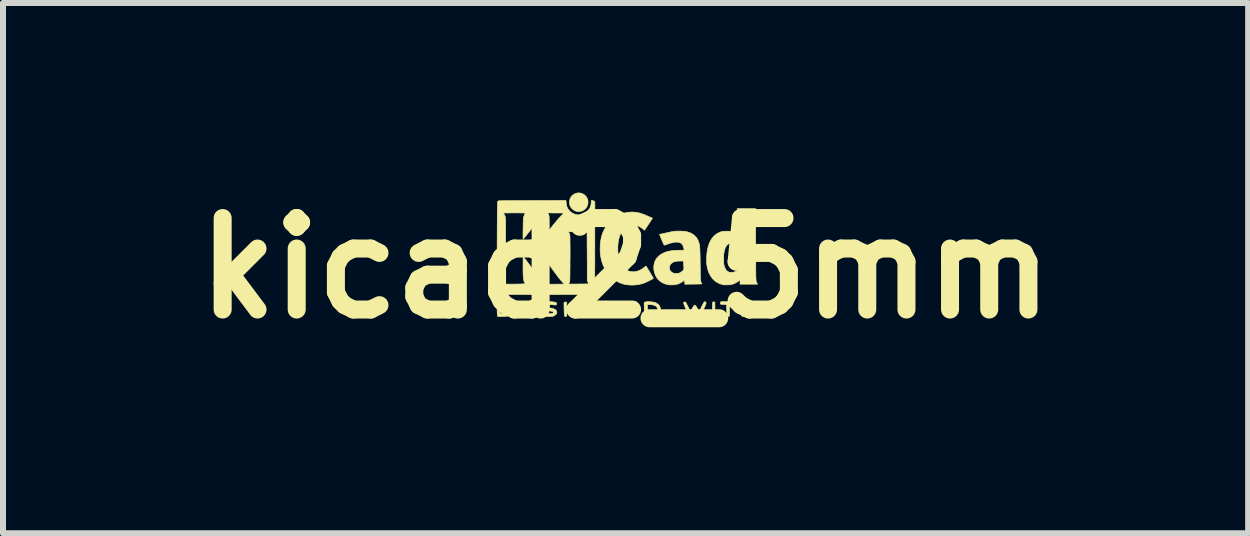
<source format=kicad_pcb>
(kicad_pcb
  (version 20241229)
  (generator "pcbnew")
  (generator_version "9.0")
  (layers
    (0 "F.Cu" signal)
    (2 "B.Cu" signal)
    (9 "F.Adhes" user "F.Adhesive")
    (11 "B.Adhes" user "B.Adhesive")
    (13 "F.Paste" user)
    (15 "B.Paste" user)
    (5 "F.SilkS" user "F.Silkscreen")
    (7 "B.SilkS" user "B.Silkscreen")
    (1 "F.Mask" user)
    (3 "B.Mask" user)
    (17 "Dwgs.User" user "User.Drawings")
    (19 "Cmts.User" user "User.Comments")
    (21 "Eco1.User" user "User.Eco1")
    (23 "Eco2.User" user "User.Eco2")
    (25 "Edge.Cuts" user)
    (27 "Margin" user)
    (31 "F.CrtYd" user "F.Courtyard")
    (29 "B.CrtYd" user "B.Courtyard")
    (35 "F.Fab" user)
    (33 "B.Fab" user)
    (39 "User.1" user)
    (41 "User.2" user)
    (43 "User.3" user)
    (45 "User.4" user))
  (footprint "kicad2_5mm"
    (layer "F.Cu")
    (at 7.373 1.418)
    (property "Reference" "kicad2_5mm" (at 0 0 0) (layer "F.SilkS") (effects (font (size 1.524 1.524) (thickness 0.3))))
    (attr through_hole)
    (fp_poly (pts (xy 1.476 0.561) (xy 1.481 0.564) (xy 1.489 0.569) (xy 1.489 0.8) (xy 1.48 0.804) (xy 1.473 0.807) (xy 1.467 0.807) (xy 1.461 0.804) (xy 1.453 0.801) (xy 1.449 0.799) (xy 1.448 0.799) (xy 1.448 0.795) (xy 1.448 0.786) (xy 1.448 0.772) (xy 1.448 0.754) (xy 1.448 0.733) (xy 1.448 0.709) (xy 1.448 0.684) (xy 1.448 0.654) (xy 1.448 0.63) (xy 1.448 0.61) (xy 1.449 0.596) (xy 1.449 0.585) (xy 1.45 0.577) (xy 1.451 0.572) (xy 1.452 0.569) (xy 1.453 0.567) (xy 1.453 0.566) (xy 1.465 0.561) (xy 1.476 0.561)) (stroke (width 0.01) (type solid)) (fill yes) (layer "F.SilkS"))
    (fp_poly (pts (xy -0.987 0.564) (xy -0.981 0.569) (xy -0.98 0.573) (xy -0.979 0.578) (xy -0.979 0.588) (xy -0.979 0.603) (xy -0.978 0.622) (xy -0.978 0.644) (xy -0.978 0.669) (xy -0.977 0.685) (xy -0.977 0.714) (xy -0.977 0.738) (xy -0.978 0.756) (xy -0.978 0.77) (xy -0.978 0.781) (xy -0.979 0.788) (xy -0.98 0.793) (xy -0.981 0.797) (xy -0.982 0.798) (xy -0.99 0.806) (xy -1 0.807) (xy -1.005 0.806) (xy -1.009 0.804) (xy -1.012 0.801) (xy -1.015 0.798) (xy -1.017 0.792) (xy -1.019 0.784) (xy -1.02 0.773) (xy -1.021 0.758) (xy -1.022 0.739) (xy -1.023 0.715) (xy -1.023 0.685) (xy -1.024 0.683) (xy -1.026 0.577) (xy -1.019 0.571) (xy -1.008 0.565) (xy -0.997 0.562) (xy -0.987 0.564)) (stroke (width 0.01) (type solid)) (fill yes) (layer "F.SilkS"))
    (fp_poly (pts (xy -0.748 -1.251) (xy -0.721 -1.242) (xy -0.695 -1.228) (xy -0.675 -1.213) (xy -0.654 -1.19) (xy -0.639 -1.164) (xy -0.629 -1.136) (xy -0.625 -1.106) (xy -0.625 -1.099) (xy -0.628 -1.067) (xy -0.637 -1.038) (xy -0.651 -1.012) (xy -0.67 -0.989) (xy -0.693 -0.969) (xy -0.721 -0.955) (xy -0.74 -0.948) (xy -0.757 -0.945) (xy -0.777 -0.943) (xy -0.798 -0.944) (xy -0.816 -0.947) (xy -0.82 -0.948) (xy -0.849 -0.959) (xy -0.874 -0.975) (xy -0.895 -0.995) (xy -0.913 -1.018) (xy -0.926 -1.044) (xy -0.933 -1.073) (xy -0.936 -1.102) (xy -0.934 -1.121) (xy -0.926 -1.151) (xy -0.914 -1.177) (xy -0.898 -1.2) (xy -0.878 -1.219) (xy -0.855 -1.234) (xy -0.83 -1.245) (xy -0.803 -1.252) (xy -0.776 -1.254) (xy -0.748 -1.251)) (stroke (width 0.01) (type solid)) (fill yes) (layer "F.SilkS"))
    (fp_poly (pts (xy 1.838 0.566) (xy 1.843 0.575) (xy 1.845 0.586) (xy 1.842 0.596) (xy 1.842 0.596) (xy 1.836 0.6) (xy 1.825 0.603) (xy 1.808 0.605) (xy 1.785 0.606) (xy 1.772 0.606) (xy 1.734 0.606) (xy 1.733 0.655) (xy 1.733 0.677) (xy 1.732 0.703) (xy 1.732 0.728) (xy 1.731 0.75) (xy 1.731 0.751) (xy 1.729 0.798) (xy 1.719 0.804) (xy 1.71 0.807) (xy 1.703 0.806) (xy 1.699 0.804) (xy 1.695 0.801) (xy 1.693 0.797) (xy 1.691 0.791) (xy 1.689 0.782) (xy 1.688 0.77) (xy 1.687 0.754) (xy 1.687 0.733) (xy 1.686 0.707) (xy 1.686 0.699) (xy 1.684 0.608) (xy 1.638 0.606) (xy 1.619 0.605) (xy 1.605 0.604) (xy 1.596 0.603) (xy 1.59 0.602) (xy 1.586 0.599) (xy 1.584 0.599) (xy 1.579 0.59) (xy 1.579 0.579) (xy 1.584 0.568) (xy 1.585 0.567) (xy 1.591 0.559) (xy 1.831 0.559) (xy 1.838 0.566)) (stroke (width 0.01) (type solid)) (fill yes) (layer "F.SilkS"))
    (fp_poly (pts (xy -2.057 0.559) (xy -2.035 0.561) (xy -2.014 0.562) (xy -1.994 0.565) (xy -1.977 0.567) (xy -1.964 0.571) (xy -1.938 0.581) (xy -1.914 0.596) (xy -1.896 0.615) (xy -1.882 0.637) (xy -1.879 0.644) (xy -1.873 0.668) (xy -1.873 0.693) (xy -1.878 0.717) (xy -1.888 0.74) (xy -1.902 0.76) (xy -1.921 0.777) (xy -1.944 0.791) (xy -1.951 0.794) (xy -1.965 0.798) (xy -1.98 0.801) (xy -1.998 0.804) (xy -2.019 0.805) (xy -2.045 0.806) (xy -2.071 0.806) (xy -2.127 0.806) (xy -2.132 0.799) (xy -2.134 0.795) (xy -2.135 0.79) (xy -2.136 0.783) (xy -2.137 0.773) (xy -2.138 0.759) (xy -2.092 0.759) (xy -2.042 0.758) (xy -2.022 0.757) (xy -2.007 0.757) (xy -1.995 0.755) (xy -1.986 0.754) (xy -1.978 0.751) (xy -1.974 0.75) (xy -1.953 0.739) (xy -1.937 0.725) (xy -1.925 0.707) (xy -1.919 0.69) (xy -1.919 0.675) (xy -1.925 0.659) (xy -1.929 0.653) (xy -1.941 0.64) (xy -1.955 0.629) (xy -1.97 0.62) (xy -1.981 0.616) (xy -2 0.612) (xy -2.024 0.609) (xy -2.049 0.607) (xy -2.065 0.606) (xy -2.092 0.606) (xy -2.092 0.759) (xy -2.138 0.759) (xy -2.138 0.759) (xy -2.138 0.74) (xy -2.139 0.716) (xy -2.139 0.702) (xy -2.14 0.668) (xy -2.14 0.639) (xy -2.139 0.615) (xy -2.138 0.597) (xy -2.136 0.583) (xy -2.133 0.573) (xy -2.13 0.567) (xy -2.129 0.565) (xy -2.123 0.563) (xy -2.111 0.561) (xy -2.096 0.56) (xy -2.077 0.559) (xy -2.057 0.559)) (stroke (width 0.01) (type solid)) (fill yes) (layer "F.SilkS"))
    (fp_poly (pts (xy 0.405 0.56) (xy 0.428 0.562) (xy 0.451 0.564) (xy 0.47 0.567) (xy 0.479 0.569) (xy 0.508 0.579) (xy 0.532 0.594) (xy 0.554 0.613) (xy 0.57 0.637) (xy 0.573 0.643) (xy 0.581 0.665) (xy 0.582 0.688) (xy 0.579 0.71) (xy 0.57 0.731) (xy 0.557 0.751) (xy 0.54 0.768) (xy 0.519 0.783) (xy 0.496 0.795) (xy 0.47 0.802) (xy 0.462 0.803) (xy 0.45 0.805) (xy 0.434 0.806) (xy 0.417 0.807) (xy 0.398 0.807) (xy 0.379 0.808) (xy 0.361 0.808) (xy 0.346 0.808) (xy 0.335 0.808) (xy 0.329 0.807) (xy 0.328 0.807) (xy 0.325 0.805) (xy 0.322 0.801) (xy 0.319 0.796) (xy 0.317 0.789) (xy 0.316 0.779) (xy 0.314 0.765) (xy 0.314 0.747) (xy 0.313 0.724) (xy 0.312 0.695) (xy 0.312 0.681) (xy 0.365 0.681) (xy 0.365 0.689) (xy 0.365 0.709) (xy 0.365 0.727) (xy 0.365 0.742) (xy 0.365 0.753) (xy 0.365 0.759) (xy 0.365 0.76) (xy 0.368 0.76) (xy 0.375 0.76) (xy 0.38 0.76) (xy 0.39 0.759) (xy 0.404 0.759) (xy 0.42 0.758) (xy 0.427 0.758) (xy 0.456 0.755) (xy 0.48 0.749) (xy 0.5 0.74) (xy 0.515 0.727) (xy 0.524 0.715) (xy 0.532 0.698) (xy 0.533 0.681) (xy 0.529 0.664) (xy 0.521 0.648) (xy 0.507 0.634) (xy 0.49 0.623) (xy 0.475 0.618) (xy 0.456 0.613) (xy 0.432 0.609) (xy 0.407 0.607) (xy 0.388 0.607) (xy 0.376 0.607) (xy 0.369 0.607) (xy 0.366 0.609) (xy 0.365 0.612) (xy 0.365 0.613) (xy 0.365 0.618) (xy 0.365 0.628) (xy 0.365 0.643) (xy 0.365 0.66) (xy 0.365 0.681) (xy 0.312 0.681) (xy 0.312 0.679) (xy 0.31 0.576) (xy 0.321 0.568) (xy 0.327 0.564) (xy 0.334 0.562) (xy 0.342 0.561) (xy 0.355 0.56) (xy 0.363 0.559) (xy 0.383 0.559) (xy 0.405 0.56)) (stroke (width 0.01) (type solid)) (fill yes) (layer "F.SilkS"))
    (fp_poly (pts (xy 1.96 0.563) (xy 1.965 0.565) (xy 1.971 0.571) (xy 1.975 0.581) (xy 1.977 0.596) (xy 1.978 0.616) (xy 1.978 0.619) (xy 1.978 0.632) (xy 1.979 0.644) (xy 1.98 0.651) (xy 1.981 0.653) (xy 1.983 0.655) (xy 1.988 0.656) (xy 1.997 0.656) (xy 2.01 0.657) (xy 2.028 0.657) (xy 2.051 0.657) (xy 2.069 0.656) (xy 2.154 0.656) (xy 2.156 0.614) (xy 2.157 0.594) (xy 2.158 0.579) (xy 2.16 0.57) (xy 2.162 0.567) (xy 2.169 0.563) (xy 2.179 0.563) (xy 2.189 0.567) (xy 2.192 0.569) (xy 2.2 0.575) (xy 2.2 0.668) (xy 2.2 0.701) (xy 2.2 0.729) (xy 2.199 0.751) (xy 2.198 0.769) (xy 2.196 0.782) (xy 2.194 0.792) (xy 2.192 0.799) (xy 2.188 0.803) (xy 2.184 0.805) (xy 2.179 0.806) (xy 2.175 0.806) (xy 2.168 0.806) (xy 2.163 0.803) (xy 2.16 0.798) (xy 2.157 0.789) (xy 2.156 0.776) (xy 2.156 0.757) (xy 2.156 0.75) (xy 2.156 0.705) (xy 2.069 0.705) (xy 2.043 0.705) (xy 2.023 0.705) (xy 2.008 0.705) (xy 1.997 0.706) (xy 1.989 0.706) (xy 1.984 0.707) (xy 1.982 0.708) (xy 1.981 0.71) (xy 1.981 0.71) (xy 1.98 0.716) (xy 1.979 0.726) (xy 1.979 0.739) (xy 1.978 0.746) (xy 1.977 0.768) (xy 1.975 0.784) (xy 1.972 0.795) (xy 1.967 0.802) (xy 1.96 0.806) (xy 1.951 0.806) (xy 1.943 0.803) (xy 1.938 0.798) (xy 1.936 0.795) (xy 1.935 0.792) (xy 1.934 0.786) (xy 1.933 0.779) (xy 1.933 0.769) (xy 1.933 0.755) (xy 1.932 0.738) (xy 1.932 0.715) (xy 1.933 0.687) (xy 1.933 0.68) (xy 1.933 0.651) (xy 1.933 0.627) (xy 1.933 0.608) (xy 1.934 0.594) (xy 1.934 0.584) (xy 1.935 0.577) (xy 1.936 0.572) (xy 1.937 0.569) (xy 1.938 0.567) (xy 1.939 0.567) (xy 1.949 0.563) (xy 1.96 0.563)) (stroke (width 0.01) (type solid)) (fill yes) (layer "F.SilkS"))
    (fp_poly (pts (xy -0.654 0.561) (xy -0.639 0.562) (xy -0.627 0.564) (xy -0.618 0.567) (xy -0.618 0.567) (xy -0.602 0.574) (xy -0.592 0.582) (xy -0.588 0.591) (xy -0.589 0.6) (xy -0.594 0.606) (xy -0.598 0.61) (xy -0.603 0.612) (xy -0.611 0.613) (xy -0.622 0.612) (xy -0.638 0.611) (xy -0.651 0.609) (xy -0.679 0.607) (xy -0.706 0.609) (xy -0.732 0.614) (xy -0.755 0.621) (xy -0.774 0.631) (xy -0.789 0.643) (xy -0.794 0.649) (xy -0.804 0.667) (xy -0.806 0.684) (xy -0.803 0.702) (xy -0.793 0.718) (xy -0.789 0.723) (xy -0.775 0.737) (xy -0.759 0.747) (xy -0.74 0.753) (xy -0.717 0.757) (xy -0.7 0.758) (xy -0.673 0.759) (xy -0.651 0.758) (xy -0.635 0.755) (xy -0.624 0.751) (xy -0.618 0.744) (xy -0.616 0.736) (xy -0.617 0.734) (xy -0.617 0.73) (xy -0.619 0.727) (xy -0.624 0.725) (xy -0.633 0.724) (xy -0.645 0.722) (xy -0.663 0.719) (xy -0.675 0.715) (xy -0.682 0.71) (xy -0.685 0.703) (xy -0.686 0.699) (xy -0.684 0.69) (xy -0.68 0.683) (xy -0.672 0.678) (xy -0.659 0.675) (xy -0.641 0.674) (xy -0.62 0.673) (xy -0.604 0.673) (xy -0.592 0.674) (xy -0.583 0.677) (xy -0.578 0.682) (xy -0.575 0.69) (xy -0.573 0.703) (xy -0.573 0.721) (xy -0.573 0.732) (xy -0.573 0.751) (xy -0.574 0.765) (xy -0.575 0.775) (xy -0.579 0.782) (xy -0.585 0.787) (xy -0.593 0.792) (xy -0.605 0.796) (xy -0.608 0.797) (xy -0.623 0.801) (xy -0.643 0.804) (xy -0.665 0.805) (xy -0.689 0.806) (xy -0.711 0.805) (xy -0.732 0.803) (xy -0.749 0.8) (xy -0.778 0.79) (xy -0.802 0.777) (xy -0.822 0.76) (xy -0.839 0.738) (xy -0.845 0.727) (xy -0.851 0.714) (xy -0.854 0.703) (xy -0.855 0.692) (xy -0.855 0.684) (xy -0.855 0.671) (xy -0.853 0.66) (xy -0.849 0.649) (xy -0.845 0.64) (xy -0.83 0.617) (xy -0.812 0.598) (xy -0.79 0.584) (xy -0.764 0.573) (xy -0.733 0.565) (xy -0.697 0.562) (xy -0.675 0.561) (xy -0.654 0.561)) (stroke (width 0.01) (type solid)) (fill yes) (layer "F.SilkS"))
    (fp_poly (pts (xy -1.641 0.56) (xy -1.632 0.56) (xy -1.531 0.56) (xy -1.522 0.569) (xy -1.517 0.576) (xy -1.515 0.582) (xy -1.516 0.587) (xy -1.52 0.595) (xy -1.525 0.601) (xy -1.53 0.602) (xy -1.542 0.603) (xy -1.559 0.604) (xy -1.58 0.605) (xy -1.606 0.606) (xy -1.614 0.606) (xy -1.636 0.607) (xy -1.656 0.608) (xy -1.673 0.609) (xy -1.686 0.609) (xy -1.694 0.61) (xy -1.697 0.61) (xy -1.698 0.614) (xy -1.7 0.622) (xy -1.701 0.634) (xy -1.701 0.634) (xy -1.703 0.657) (xy -1.651 0.657) (xy -1.632 0.657) (xy -1.615 0.658) (xy -1.601 0.659) (xy -1.59 0.66) (xy -1.587 0.661) (xy -1.579 0.663) (xy -1.576 0.667) (xy -1.575 0.674) (xy -1.575 0.676) (xy -1.576 0.686) (xy -1.578 0.693) (xy -1.584 0.697) (xy -1.595 0.7) (xy -1.61 0.702) (xy -1.612 0.702) (xy -1.629 0.703) (xy -1.648 0.704) (xy -1.667 0.705) (xy -1.671 0.705) (xy -1.702 0.705) (xy -1.702 0.758) (xy -1.658 0.76) (xy -1.638 0.761) (xy -1.617 0.761) (xy -1.597 0.762) (xy -1.581 0.762) (xy -1.56 0.762) (xy -1.545 0.763) (xy -1.533 0.765) (xy -1.526 0.767) (xy -1.521 0.771) (xy -1.519 0.773) (xy -1.516 0.78) (xy -1.516 0.787) (xy -1.518 0.792) (xy -1.521 0.8) (xy -1.527 0.804) (xy -1.531 0.805) (xy -1.54 0.805) (xy -1.553 0.806) (xy -1.571 0.807) (xy -1.592 0.807) (xy -1.615 0.807) (xy -1.638 0.808) (xy -1.662 0.808) (xy -1.684 0.807) (xy -1.688 0.807) (xy -1.707 0.807) (xy -1.72 0.806) (xy -1.729 0.806) (xy -1.735 0.805) (xy -1.738 0.803) (xy -1.74 0.8) (xy -1.742 0.799) (xy -1.743 0.793) (xy -1.745 0.782) (xy -1.746 0.766) (xy -1.748 0.747) (xy -1.749 0.725) (xy -1.749 0.702) (xy -1.749 0.678) (xy -1.749 0.654) (xy -1.749 0.632) (xy -1.748 0.615) (xy -1.747 0.601) (xy -1.747 0.589) (xy -1.745 0.58) (xy -1.743 0.573) (xy -1.739 0.568) (xy -1.732 0.564) (xy -1.723 0.562) (xy -1.709 0.561) (xy -1.692 0.56) (xy -1.669 0.56) (xy -1.641 0.56)) (stroke (width 0.01) (type solid)) (fill yes) (layer "F.SilkS"))
    (fp_poly (pts (xy -0.422 0.56) (xy -0.415 0.564) (xy -0.405 0.571) (xy -0.392 0.582) (xy -0.376 0.596) (xy -0.355 0.613) (xy -0.331 0.635) (xy -0.303 0.66) (xy -0.294 0.668) (xy -0.274 0.686) (xy -0.258 0.7) (xy -0.246 0.71) (xy -0.238 0.717) (xy -0.233 0.72) (xy -0.23 0.72) (xy -0.23 0.72) (xy -0.23 0.717) (xy -0.229 0.708) (xy -0.229 0.695) (xy -0.228 0.678) (xy -0.227 0.658) (xy -0.227 0.647) (xy -0.226 0.624) (xy -0.225 0.606) (xy -0.225 0.593) (xy -0.224 0.584) (xy -0.223 0.578) (xy -0.222 0.574) (xy -0.22 0.571) (xy -0.217 0.569) (xy -0.217 0.568) (xy -0.205 0.563) (xy -0.192 0.563) (xy -0.186 0.565) (xy -0.179 0.569) (xy -0.177 0.66) (xy -0.176 0.693) (xy -0.176 0.721) (xy -0.176 0.744) (xy -0.177 0.762) (xy -0.178 0.776) (xy -0.18 0.786) (xy -0.183 0.794) (xy -0.186 0.8) (xy -0.188 0.802) (xy -0.191 0.805) (xy -0.195 0.807) (xy -0.198 0.808) (xy -0.203 0.806) (xy -0.209 0.803) (xy -0.217 0.798) (xy -0.227 0.791) (xy -0.24 0.78) (xy -0.256 0.766) (xy -0.276 0.749) (xy -0.299 0.729) (xy -0.322 0.708) (xy -0.339 0.693) (xy -0.355 0.679) (xy -0.369 0.667) (xy -0.38 0.658) (xy -0.388 0.652) (xy -0.391 0.649) (xy -0.392 0.649) (xy -0.393 0.652) (xy -0.394 0.659) (xy -0.396 0.671) (xy -0.397 0.689) (xy -0.398 0.712) (xy -0.399 0.722) (xy -0.4 0.745) (xy -0.401 0.763) (xy -0.402 0.776) (xy -0.403 0.786) (xy -0.404 0.792) (xy -0.405 0.796) (xy -0.407 0.799) (xy -0.408 0.8) (xy -0.418 0.807) (xy -0.428 0.807) (xy -0.434 0.804) (xy -0.438 0.801) (xy -0.441 0.797) (xy -0.443 0.792) (xy -0.445 0.786) (xy -0.446 0.777) (xy -0.447 0.765) (xy -0.448 0.75) (xy -0.448 0.73) (xy -0.448 0.704) (xy -0.448 0.686) (xy -0.448 0.661) (xy -0.448 0.638) (xy -0.448 0.618) (xy -0.447 0.601) (xy -0.447 0.589) (xy -0.446 0.582) (xy -0.446 0.58) (xy -0.442 0.572) (xy -0.436 0.564) (xy -0.429 0.56) (xy -0.426 0.559) (xy -0.422 0.56)) (stroke (width 0.01) (type solid)) (fill yes) (layer "F.SilkS"))
    (fp_poly (pts (xy 0.063 0.559) (xy 0.095 0.559) (xy 0.122 0.56) (xy 0.143 0.56) (xy 0.159 0.561) (xy 0.171 0.562) (xy 0.18 0.564) (xy 0.185 0.566) (xy 0.188 0.569) (xy 0.19 0.575) (xy 0.19 0.583) (xy 0.19 0.589) (xy 0.189 0.594) (xy 0.186 0.597) (xy 0.18 0.6) (xy 0.171 0.602) (xy 0.159 0.603) (xy 0.142 0.604) (xy 0.12 0.605) (xy 0.095 0.606) (xy 0.073 0.607) (xy 0.054 0.608) (xy 0.037 0.609) (xy 0.024 0.61) (xy 0.015 0.611) (xy 0.013 0.611) (xy 0.011 0.616) (xy 0.01 0.625) (xy 0.009 0.635) (xy 0.008 0.656) (xy 0.067 0.657) (xy 0.088 0.658) (xy 0.105 0.659) (xy 0.118 0.66) (xy 0.127 0.661) (xy 0.13 0.662) (xy 0.135 0.671) (xy 0.135 0.681) (xy 0.132 0.691) (xy 0.131 0.692) (xy 0.127 0.696) (xy 0.121 0.699) (xy 0.112 0.701) (xy 0.1 0.702) (xy 0.085 0.703) (xy 0.067 0.704) (xy 0.049 0.705) (xy 0.04 0.705) (xy 0.006 0.705) (xy 0.006 0.759) (xy 0.021 0.759) (xy 0.05 0.76) (xy 0.078 0.76) (xy 0.104 0.761) (xy 0.127 0.762) (xy 0.148 0.763) (xy 0.164 0.765) (xy 0.176 0.766) (xy 0.183 0.767) (xy 0.184 0.767) (xy 0.187 0.772) (xy 0.189 0.781) (xy 0.189 0.782) (xy 0.19 0.791) (xy 0.186 0.798) (xy 0.185 0.8) (xy 0.182 0.802) (xy 0.18 0.803) (xy 0.176 0.804) (xy 0.171 0.805) (xy 0.163 0.806) (xy 0.152 0.806) (xy 0.137 0.806) (xy 0.117 0.806) (xy 0.092 0.806) (xy 0.077 0.806) (xy 0.052 0.806) (xy 0.029 0.806) (xy 0.009 0.806) (xy -0.007 0.805) (xy -0.02 0.805) (xy -0.027 0.804) (xy -0.028 0.804) (xy -0.031 0.801) (xy -0.033 0.796) (xy -0.034 0.788) (xy -0.036 0.777) (xy -0.037 0.763) (xy -0.037 0.743) (xy -0.038 0.719) (xy -0.038 0.689) (xy -0.038 0.675) (xy -0.038 0.648) (xy -0.038 0.626) (xy -0.038 0.609) (xy -0.037 0.596) (xy -0.037 0.586) (xy -0.036 0.58) (xy -0.035 0.575) (xy -0.034 0.571) (xy -0.032 0.569) (xy -0.032 0.568) (xy -0.025 0.559) (xy 0.063 0.559)) (stroke (width 0.01) (type solid)) (fill yes) (layer "F.SilkS"))
    (fp_poly (pts (xy -1.231 0.56) (xy -1.207 0.562) (xy -1.186 0.566) (xy -1.169 0.57) (xy -1.156 0.575) (xy -1.149 0.581) (xy -1.149 0.583) (xy -1.147 0.593) (xy -1.15 0.604) (xy -1.157 0.611) (xy -1.16 0.612) (xy -1.165 0.613) (xy -1.172 0.614) (xy -1.183 0.613) (xy -1.198 0.612) (xy -1.216 0.61) (xy -1.238 0.608) (xy -1.256 0.607) (xy -1.271 0.607) (xy -1.284 0.607) (xy -1.299 0.609) (xy -1.301 0.609) (xy -1.324 0.612) (xy -1.341 0.617) (xy -1.352 0.622) (xy -1.357 0.628) (xy -1.357 0.63) (xy -1.357 0.634) (xy -1.354 0.637) (xy -1.35 0.641) (xy -1.342 0.644) (xy -1.332 0.647) (xy -1.317 0.651) (xy -1.298 0.655) (xy -1.274 0.66) (xy -1.245 0.665) (xy -1.23 0.668) (xy -1.202 0.675) (xy -1.179 0.685) (xy -1.162 0.697) (xy -1.151 0.712) (xy -1.146 0.725) (xy -1.144 0.74) (xy -1.148 0.755) (xy -1.158 0.769) (xy -1.163 0.774) (xy -1.183 0.789) (xy -1.203 0.799) (xy -1.219 0.803) (xy -1.23 0.804) (xy -1.245 0.805) (xy -1.265 0.806) (xy -1.286 0.806) (xy -1.309 0.806) (xy -1.33 0.805) (xy -1.349 0.804) (xy -1.365 0.803) (xy -1.374 0.802) (xy -1.39 0.797) (xy -1.401 0.793) (xy -1.407 0.787) (xy -1.409 0.78) (xy -1.41 0.775) (xy -1.409 0.766) (xy -1.406 0.76) (xy -1.406 0.76) (xy -1.402 0.759) (xy -1.392 0.759) (xy -1.378 0.758) (xy -1.36 0.758) (xy -1.339 0.757) (xy -1.316 0.757) (xy -1.313 0.757) (xy -1.287 0.757) (xy -1.266 0.757) (xy -1.25 0.757) (xy -1.239 0.757) (xy -1.23 0.756) (xy -1.224 0.755) (xy -1.219 0.754) (xy -1.216 0.752) (xy -1.212 0.75) (xy -1.212 0.75) (xy -1.203 0.743) (xy -1.2 0.735) (xy -1.203 0.729) (xy -1.204 0.728) (xy -1.21 0.725) (xy -1.221 0.721) (xy -1.238 0.717) (xy -1.26 0.712) (xy -1.289 0.706) (xy -1.297 0.705) (xy -1.323 0.7) (xy -1.343 0.695) (xy -1.359 0.69) (xy -1.372 0.684) (xy -1.384 0.678) (xy -1.395 0.669) (xy -1.398 0.666) (xy -1.414 0.652) (xy -1.412 0.634) (xy -1.408 0.615) (xy -1.402 0.6) (xy -1.391 0.588) (xy -1.383 0.582) (xy -1.369 0.574) (xy -1.353 0.569) (xy -1.334 0.564) (xy -1.311 0.561) (xy -1.286 0.56) (xy -1.258 0.559) (xy -1.231 0.56)) (stroke (width 0.01) (type solid)) (fill yes) (layer "F.SilkS"))
    (fp_poly (pts (xy 1.332 0.564) (xy 1.336 0.567) (xy 1.341 0.574) (xy 1.343 0.582) (xy 1.342 0.586) (xy 1.34 0.592) (xy 1.336 0.604) (xy 1.329 0.619) (xy 1.322 0.638) (xy 1.313 0.658) (xy 1.303 0.68) (xy 1.293 0.702) (xy 1.282 0.724) (xy 1.273 0.744) (xy 1.264 0.76) (xy 1.254 0.78) (xy 1.245 0.794) (xy 1.238 0.803) (xy 1.232 0.808) (xy 1.226 0.809) (xy 1.22 0.807) (xy 1.217 0.805) (xy 1.213 0.8) (xy 1.207 0.79) (xy 1.198 0.777) (xy 1.189 0.76) (xy 1.182 0.747) (xy 1.172 0.728) (xy 1.165 0.715) (xy 1.159 0.706) (xy 1.156 0.701) (xy 1.153 0.699) (xy 1.151 0.7) (xy 1.15 0.701) (xy 1.147 0.705) (xy 1.142 0.714) (xy 1.136 0.727) (xy 1.128 0.742) (xy 1.124 0.749) (xy 1.116 0.765) (xy 1.108 0.779) (xy 1.102 0.79) (xy 1.097 0.797) (xy 1.096 0.799) (xy 1.087 0.807) (xy 1.078 0.808) (xy 1.069 0.803) (xy 1.069 0.802) (xy 1.064 0.797) (xy 1.059 0.79) (xy 1.053 0.779) (xy 1.046 0.764) (xy 1.037 0.746) (xy 1.026 0.723) (xy 1.013 0.694) (xy 1.012 0.693) (xy 0.999 0.664) (xy 0.989 0.641) (xy 0.981 0.622) (xy 0.975 0.607) (xy 0.971 0.596) (xy 0.968 0.587) (xy 0.967 0.581) (xy 0.968 0.577) (xy 0.969 0.573) (xy 0.972 0.57) (xy 0.972 0.57) (xy 0.981 0.563) (xy 0.992 0.563) (xy 1.001 0.568) (xy 1.003 0.569) (xy 1.006 0.574) (xy 1.011 0.584) (xy 1.018 0.597) (xy 1.027 0.614) (xy 1.037 0.633) (xy 1.044 0.648) (xy 1.054 0.668) (xy 1.063 0.686) (xy 1.07 0.701) (xy 1.076 0.712) (xy 1.08 0.719) (xy 1.082 0.721) (xy 1.084 0.718) (xy 1.089 0.711) (xy 1.095 0.7) (xy 1.103 0.686) (xy 1.106 0.68) (xy 1.117 0.66) (xy 1.126 0.645) (xy 1.133 0.634) (xy 1.138 0.626) (xy 1.143 0.622) (xy 1.148 0.62) (xy 1.153 0.619) (xy 1.154 0.619) (xy 1.16 0.62) (xy 1.165 0.622) (xy 1.17 0.627) (xy 1.176 0.635) (xy 1.183 0.648) (xy 1.193 0.664) (xy 1.2 0.678) (xy 1.208 0.694) (xy 1.214 0.706) (xy 1.219 0.714) (xy 1.224 0.718) (xy 1.228 0.717) (xy 1.233 0.712) (xy 1.239 0.703) (xy 1.246 0.688) (xy 1.256 0.669) (xy 1.263 0.653) (xy 1.273 0.632) (xy 1.283 0.613) (xy 1.292 0.596) (xy 1.299 0.583) (xy 1.304 0.573) (xy 1.307 0.569) (xy 1.315 0.561) (xy 1.323 0.559) (xy 1.332 0.564)) (stroke (width 0.01) (type solid)) (fill yes) (layer "F.SilkS"))
    (fp_poly (pts (xy 0.176 -0.93) (xy 0.231 -0.919) (xy 0.248 -0.914) (xy 0.269 -0.908) (xy 0.291 -0.9) (xy 0.314 -0.891) (xy 0.34 -0.881) (xy 0.37 -0.867) (xy 0.388 -0.859) (xy 0.405 -0.852) (xy 0.42 -0.845) (xy 0.432 -0.84) (xy 0.441 -0.836) (xy 0.444 -0.835) (xy 0.447 -0.834) (xy 0.447 -0.832) (xy 0.444 -0.826) (xy 0.438 -0.816) (xy 0.437 -0.815) (xy 0.432 -0.806) (xy 0.424 -0.794) (xy 0.414 -0.779) (xy 0.403 -0.762) (xy 0.391 -0.743) (xy 0.378 -0.724) (xy 0.365 -0.705) (xy 0.353 -0.686) (xy 0.342 -0.67) (xy 0.333 -0.656) (xy 0.326 -0.646) (xy 0.321 -0.64) (xy 0.321 -0.639) (xy 0.315 -0.632) (xy 0.288 -0.654) (xy 0.259 -0.676) (xy 0.231 -0.692) (xy 0.203 -0.704) (xy 0.2 -0.705) (xy 0.191 -0.708) (xy 0.182 -0.71) (xy 0.173 -0.711) (xy 0.16 -0.712) (xy 0.144 -0.712) (xy 0.13 -0.713) (xy 0.106 -0.712) (xy 0.087 -0.711) (xy 0.07 -0.709) (xy 0.056 -0.705) (xy 0.041 -0.699) (xy 0.024 -0.691) (xy 0.022 -0.69) (xy 0.003 -0.679) (xy -0.017 -0.663) (xy -0.036 -0.644) (xy -0.053 -0.625) (xy -0.055 -0.621) (xy -0.077 -0.585) (xy -0.095 -0.545) (xy -0.109 -0.5) (xy -0.12 -0.451) (xy -0.126 -0.397) (xy -0.129 -0.34) (xy -0.128 -0.28) (xy -0.127 -0.271) (xy -0.122 -0.218) (xy -0.114 -0.17) (xy -0.103 -0.127) (xy -0.087 -0.089) (xy -0.068 -0.054) (xy -0.046 -0.024) (xy -0.019 0.004) (xy 0.003 0.021) (xy 0.031 0.039) (xy 0.06 0.051) (xy 0.092 0.058) (xy 0.127 0.061) (xy 0.129 0.061) (xy 0.167 0.058) (xy 0.205 0.048) (xy 0.243 0.032) (xy 0.281 0.01) (xy 0.318 -0.018) (xy 0.319 -0.019) (xy 0.328 -0.026) (xy 0.336 -0.032) (xy 0.34 -0.035) (xy 0.34 -0.035) (xy 0.343 -0.032) (xy 0.347 -0.026) (xy 0.348 -0.025) (xy 0.352 -0.019) (xy 0.358 -0.01) (xy 0.366 0.004) (xy 0.376 0.021) (xy 0.388 0.041) (xy 0.401 0.062) (xy 0.409 0.076) (xy 0.422 0.097) (xy 0.434 0.117) (xy 0.444 0.135) (xy 0.453 0.149) (xy 0.459 0.16) (xy 0.463 0.167) (xy 0.464 0.169) (xy 0.461 0.172) (xy 0.453 0.177) (xy 0.441 0.184) (xy 0.426 0.192) (xy 0.408 0.202) (xy 0.389 0.211) (xy 0.369 0.221) (xy 0.349 0.231) (xy 0.33 0.239) (xy 0.313 0.247) (xy 0.298 0.253) (xy 0.291 0.255) (xy 0.26 0.264) (xy 0.223 0.271) (xy 0.185 0.277) (xy 0.158 0.279) (xy 0.139 0.281) (xy 0.123 0.282) (xy 0.109 0.282) (xy 0.094 0.282) (xy 0.078 0.281) (xy 0.058 0.28) (xy 0.049 0.279) (xy 0.01 0.275) (xy -0.031 0.266) (xy -0.072 0.253) (xy -0.087 0.247) (xy -0.134 0.226) (xy -0.178 0.199) (xy -0.22 0.167) (xy -0.259 0.13) (xy -0.294 0.088) (xy -0.326 0.043) (xy -0.354 -0.006) (xy -0.377 -0.057) (xy -0.395 -0.112) (xy -0.4 -0.129) (xy -0.409 -0.169) (xy -0.416 -0.207) (xy -0.421 -0.247) (xy -0.423 -0.289) (xy -0.423 -0.324) (xy -0.421 -0.392) (xy -0.414 -0.455) (xy -0.403 -0.515) (xy -0.386 -0.571) (xy -0.365 -0.624) (xy -0.338 -0.673) (xy -0.307 -0.72) (xy -0.295 -0.735) (xy -0.279 -0.753) (xy -0.26 -0.773) (xy -0.24 -0.793) (xy -0.218 -0.813) (xy -0.198 -0.829) (xy -0.189 -0.837) (xy -0.142 -0.868) (xy -0.093 -0.893) (xy -0.041 -0.912) (xy 0.012 -0.926) (xy 0.066 -0.933) (xy 0.121 -0.935) (xy 0.176 -0.93)) (stroke (width 0.01) (type solid)) (fill yes) (layer "F.SilkS"))
    (fp_poly (pts (xy 2.169 -0.398) (xy 2.169 -0.324) (xy 2.17 -0.257) (xy 2.17 -0.196) (xy 2.17 -0.14) (xy 2.17 -0.09) (xy 2.17 -0.044) (xy 2.17 -0.003) (xy 2.17 0.033) (xy 2.171 0.066) (xy 2.171 0.094) (xy 2.171 0.119) (xy 2.172 0.141) (xy 2.172 0.159) (xy 2.173 0.175) (xy 2.174 0.188) (xy 2.175 0.2) (xy 2.175 0.209) (xy 2.177 0.216) (xy 2.178 0.222) (xy 2.179 0.227) (xy 2.181 0.232) (xy 2.182 0.235) (xy 2.184 0.239) (xy 2.186 0.242) (xy 2.189 0.246) (xy 2.19 0.249) (xy 2.2 0.267) (xy 1.908 0.267) (xy 1.908 0.239) (xy 1.908 0.222) (xy 1.907 0.211) (xy 1.904 0.206) (xy 1.901 0.204) (xy 1.895 0.207) (xy 1.893 0.208) (xy 1.86 0.231) (xy 1.83 0.248) (xy 1.8 0.262) (xy 1.772 0.27) (xy 1.76 0.273) (xy 1.747 0.275) (xy 1.732 0.277) (xy 1.712 0.278) (xy 1.692 0.278) (xy 1.674 0.278) (xy 1.658 0.279) (xy 1.645 0.279) (xy 1.637 0.278) (xy 1.634 0.278) (xy 1.629 0.277) (xy 1.62 0.275) (xy 1.609 0.272) (xy 1.607 0.271) (xy 1.586 0.265) (xy 1.563 0.256) (xy 1.54 0.245) (xy 1.518 0.233) (xy 1.504 0.224) (xy 1.472 0.198) (xy 1.444 0.167) (xy 1.418 0.131) (xy 1.396 0.091) (xy 1.378 0.048) (xy 1.364 0.002) (xy 1.361 -0.014) (xy 1.355 -0.051) (xy 1.351 -0.093) (xy 1.35 -0.138) (xy 1.351 -0.169) (xy 1.635 -0.169) (xy 1.635 -0.143) (xy 1.636 -0.119) (xy 1.636 -0.096) (xy 1.637 -0.076) (xy 1.639 -0.06) (xy 1.64 -0.051) (xy 1.648 -0.024) (xy 1.659 0.002) (xy 1.672 0.025) (xy 1.687 0.043) (xy 1.698 0.052) (xy 1.711 0.06) (xy 1.722 0.065) (xy 1.735 0.068) (xy 1.751 0.069) (xy 1.768 0.069) (xy 1.785 0.068) (xy 1.798 0.066) (xy 1.81 0.064) (xy 1.822 0.059) (xy 1.827 0.057) (xy 1.842 0.051) (xy 1.858 0.043) (xy 1.871 0.036) (xy 1.872 0.035) (xy 1.891 0.023) (xy 1.892 -0.177) (xy 1.892 -0.377) (xy 1.874 -0.388) (xy 1.843 -0.403) (xy 1.813 -0.414) (xy 1.785 -0.419) (xy 1.758 -0.418) (xy 1.733 -0.413) (xy 1.723 -0.408) (xy 1.703 -0.395) (xy 1.685 -0.376) (xy 1.669 -0.352) (xy 1.656 -0.323) (xy 1.646 -0.289) (xy 1.639 -0.251) (xy 1.639 -0.249) (xy 1.637 -0.235) (xy 1.636 -0.216) (xy 1.635 -0.193) (xy 1.635 -0.169) (xy 1.351 -0.169) (xy 1.351 -0.186) (xy 1.355 -0.235) (xy 1.357 -0.258) (xy 1.366 -0.315) (xy 1.379 -0.367) (xy 1.396 -0.414) (xy 1.416 -0.457) (xy 1.44 -0.496) (xy 1.468 -0.529) (xy 1.499 -0.558) (xy 1.534 -0.581) (xy 1.572 -0.599) (xy 1.584 -0.603) (xy 1.596 -0.607) (xy 1.606 -0.61) (xy 1.616 -0.612) (xy 1.626 -0.614) (xy 1.64 -0.614) (xy 1.658 -0.615) (xy 1.666 -0.615) (xy 1.705 -0.616) (xy 1.738 -0.614) (xy 1.767 -0.61) (xy 1.793 -0.604) (xy 1.817 -0.596) (xy 1.84 -0.585) (xy 1.857 -0.575) (xy 1.888 -0.555) (xy 1.89 -0.567) (xy 1.891 -0.577) (xy 1.891 -0.592) (xy 1.892 -0.611) (xy 1.892 -0.635) (xy 1.892 -0.661) (xy 1.892 -0.691) (xy 1.892 -0.721) (xy 1.891 -0.753) (xy 1.891 -0.784) (xy 1.89 -0.815) (xy 1.889 -0.844) (xy 1.888 -0.871) (xy 1.887 -0.894) (xy 1.885 -0.914) (xy 1.884 -0.929) (xy 1.883 -0.938) (xy 1.883 -0.938) (xy 1.879 -0.95) (xy 1.873 -0.963) (xy 1.868 -0.972) (xy 1.858 -0.991) (xy 2.168 -0.991) (xy 2.169 -0.398)) (stroke (width 0.01) (type solid)) (fill yes) (layer "F.SilkS"))
    (fp_poly (pts (xy 0.922 -0.617) (xy 0.95 -0.616) (xy 0.974 -0.614) (xy 0.995 -0.612) (xy 1.015 -0.608) (xy 1.035 -0.603) (xy 1.056 -0.596) (xy 1.088 -0.584) (xy 1.116 -0.568) (xy 1.142 -0.549) (xy 1.159 -0.533) (xy 1.178 -0.513) (xy 1.193 -0.491) (xy 1.206 -0.467) (xy 1.217 -0.44) (xy 1.227 -0.408) (xy 1.229 -0.402) (xy 1.231 -0.393) (xy 1.233 -0.383) (xy 1.234 -0.371) (xy 1.236 -0.357) (xy 1.237 -0.341) (xy 1.238 -0.322) (xy 1.239 -0.3) (xy 1.24 -0.274) (xy 1.241 -0.244) (xy 1.242 -0.209) (xy 1.243 -0.17) (xy 1.243 -0.125) (xy 1.244 -0.074) (xy 1.245 -0.049) (xy 1.245 -0.011) (xy 1.246 0.026) (xy 1.246 0.061) (xy 1.247 0.093) (xy 1.248 0.123) (xy 1.248 0.148) (xy 1.249 0.17) (xy 1.25 0.187) (xy 1.25 0.198) (xy 1.251 0.203) (xy 1.253 0.219) (xy 1.257 0.232) (xy 1.262 0.243) (xy 1.264 0.245) (xy 1.269 0.254) (xy 1.271 0.26) (xy 1.272 0.263) (xy 1.268 0.263) (xy 1.259 0.264) (xy 1.245 0.264) (xy 1.226 0.265) (xy 1.204 0.265) (xy 1.178 0.266) (xy 1.151 0.266) (xy 1.129 0.266) (xy 0.988 0.268) (xy 0.986 0.235) (xy 0.985 0.222) (xy 0.983 0.211) (xy 0.982 0.205) (xy 0.981 0.203) (xy 0.978 0.205) (xy 0.971 0.21) (xy 0.962 0.216) (xy 0.961 0.217) (xy 0.924 0.241) (xy 0.888 0.259) (xy 0.851 0.271) (xy 0.825 0.276) (xy 0.804 0.278) (xy 0.781 0.279) (xy 0.756 0.279) (xy 0.733 0.278) (xy 0.713 0.276) (xy 0.7 0.274) (xy 0.679 0.269) (xy 0.656 0.261) (xy 0.633 0.251) (xy 0.612 0.241) (xy 0.594 0.231) (xy 0.594 0.231) (xy 0.562 0.207) (xy 0.535 0.178) (xy 0.512 0.146) (xy 0.494 0.11) (xy 0.481 0.071) (xy 0.473 0.03) (xy 0.471 -0.008) (xy 0.732 -0.008) (xy 0.734 0.014) (xy 0.739 0.032) (xy 0.749 0.048) (xy 0.761 0.06) (xy 0.775 0.072) (xy 0.791 0.08) (xy 0.808 0.085) (xy 0.83 0.088) (xy 0.854 0.088) (xy 0.87 0.087) (xy 0.882 0.086) (xy 0.892 0.083) (xy 0.903 0.079) (xy 0.93 0.063) (xy 0.952 0.045) (xy 0.961 0.035) (xy 0.972 0.021) (xy 0.97 -0.046) (xy 0.969 -0.068) (xy 0.968 -0.086) (xy 0.967 -0.101) (xy 0.966 -0.111) (xy 0.965 -0.116) (xy 0.965 -0.116) (xy 0.96 -0.117) (xy 0.951 -0.118) (xy 0.937 -0.119) (xy 0.92 -0.119) (xy 0.903 -0.118) (xy 0.884 -0.118) (xy 0.867 -0.117) (xy 0.851 -0.115) (xy 0.839 -0.114) (xy 0.836 -0.113) (xy 0.807 -0.105) (xy 0.781 -0.092) (xy 0.76 -0.075) (xy 0.744 -0.056) (xy 0.741 -0.05) (xy 0.737 -0.04) (xy 0.734 -0.032) (xy 0.732 -0.021) (xy 0.732 -0.008) (xy 0.471 -0.008) (xy 0.47 -0.012) (xy 0.471 -0.029) (xy 0.476 -0.069) (xy 0.486 -0.105) (xy 0.502 -0.139) (xy 0.523 -0.17) (xy 0.55 -0.198) (xy 0.566 -0.212) (xy 0.596 -0.232) (xy 0.627 -0.25) (xy 0.661 -0.265) (xy 0.699 -0.277) (xy 0.74 -0.286) (xy 0.786 -0.292) (xy 0.836 -0.297) (xy 0.891 -0.298) (xy 0.911 -0.298) (xy 0.933 -0.298) (xy 0.95 -0.298) (xy 0.962 -0.299) (xy 0.969 -0.301) (xy 0.973 -0.304) (xy 0.975 -0.309) (xy 0.974 -0.316) (xy 0.972 -0.326) (xy 0.97 -0.334) (xy 0.962 -0.362) (xy 0.951 -0.385) (xy 0.937 -0.404) (xy 0.919 -0.418) (xy 0.897 -0.428) (xy 0.872 -0.433) (xy 0.843 -0.434) (xy 0.809 -0.431) (xy 0.771 -0.423) (xy 0.729 -0.411) (xy 0.683 -0.394) (xy 0.681 -0.394) (xy 0.666 -0.388) (xy 0.655 -0.385) (xy 0.648 -0.383) (xy 0.645 -0.384) (xy 0.644 -0.385) (xy 0.64 -0.391) (xy 0.635 -0.402) (xy 0.628 -0.416) (xy 0.62 -0.433) (xy 0.612 -0.452) (xy 0.603 -0.473) (xy 0.595 -0.493) (xy 0.587 -0.512) (xy 0.58 -0.529) (xy 0.574 -0.543) (xy 0.57 -0.554) (xy 0.568 -0.56) (xy 0.568 -0.561) (xy 0.571 -0.564) (xy 0.575 -0.565) (xy 0.581 -0.566) (xy 0.591 -0.568) (xy 0.605 -0.571) (xy 0.623 -0.574) (xy 0.642 -0.579) (xy 0.646 -0.58) (xy 0.682 -0.588) (xy 0.712 -0.595) (xy 0.737 -0.6) (xy 0.759 -0.605) (xy 0.777 -0.609) (xy 0.792 -0.611) (xy 0.805 -0.614) (xy 0.817 -0.615) (xy 0.828 -0.616) (xy 0.839 -0.617) (xy 0.851 -0.617) (xy 0.865 -0.617) (xy 0.881 -0.617) (xy 0.889 -0.617) (xy 0.922 -0.617)) (stroke (width 0.01) (type solid)) (fill yes) (layer "F.SilkS"))
    (fp_poly (pts (xy -0.989 -1.093) (xy -0.987 -1.067) (xy -0.983 -1.044) (xy -0.977 -1.025) (xy -0.969 -1.005) (xy -0.966 -0.999) (xy -0.953 -0.979) (xy -0.937 -0.959) (xy -0.918 -0.94) (xy -0.898 -0.924) (xy -0.881 -0.914) (xy -0.847 -0.899) (xy -0.813 -0.89) (xy -0.781 -0.887) (xy -0.748 -0.89) (xy -0.714 -0.899) (xy -0.689 -0.91) (xy -0.674 -0.918) (xy -0.661 -0.926) (xy -0.649 -0.935) (xy -0.636 -0.948) (xy -0.634 -0.95) (xy -0.613 -0.974) (xy -0.597 -0.998) (xy -0.585 -1.023) (xy -0.577 -1.052) (xy -0.573 -1.084) (xy -0.572 -1.094) (xy -0.571 -1.127) (xy -0.556 -1.127) (xy -0.545 -1.126) (xy -0.537 -1.123) (xy -0.526 -1.116) (xy -0.526 -1.116) (xy -0.511 -1.105) (xy -0.512 -0.526) (xy -0.512 -0.463) (xy -0.512 -0.399) (xy -0.512 -0.336) (xy -0.512 -0.273) (xy -0.512 -0.212) (xy -0.512 -0.152) (xy -0.512 -0.095) (xy -0.512 -0.04) (xy -0.513 0.012) (xy -0.513 0.06) (xy -0.513 0.105) (xy -0.513 0.145) (xy -0.513 0.18) (xy -0.514 0.209) (xy -0.514 0.233) (xy -0.514 0.236) (xy -0.516 0.419) (xy -0.524 0.427) (xy -0.527 0.43) (xy -0.53 0.432) (xy -0.534 0.433) (xy -0.54 0.435) (xy -0.55 0.436) (xy -0.562 0.436) (xy -0.58 0.437) (xy -0.6 0.438) (xy -0.61 0.438) (xy -0.626 0.439) (xy -0.647 0.439) (xy -0.673 0.439) (xy -0.705 0.439) (xy -0.741 0.44) (xy -0.781 0.44) (xy -0.824 0.44) (xy -0.872 0.44) (xy -0.922 0.44) (xy -0.975 0.44) (xy -1.03 0.44) (xy -1.086 0.44) (xy -1.145 0.441) (xy -1.205 0.441) (xy -1.265 0.441) (xy -1.326 0.441) (xy -1.386 0.441) (xy -1.447 0.441) (xy -1.507 0.441) (xy -1.565 0.441) (xy -1.623 0.44) (xy -1.678 0.44) (xy -1.731 0.44) (xy -1.782 0.44) (xy -1.83 0.44) (xy -1.874 0.44) (xy -1.915 0.44) (xy -1.951 0.439) (xy -1.984 0.439) (xy -2.011 0.439) (xy -2.033 0.439) (xy -2.05 0.439) (xy -2.061 0.438) (xy -2.081 0.437) (xy -2.098 0.436) (xy -2.112 0.435) (xy -2.121 0.433) (xy -2.123 0.433) (xy -2.129 0.427) (xy -2.132 0.42) (xy -2.133 0.413) (xy -2.133 0.401) (xy -2.134 0.383) (xy -2.135 0.36) (xy -2.135 0.332) (xy -2.136 0.299) (xy -2.137 0.262) (xy -2.137 0.221) (xy -2.137 0.177) (xy -2.138 0.129) (xy -2.138 0.079) (xy -2.138 0.026) (xy -2.139 -0.029) (xy -2.139 -0.086) (xy -2.139 -0.145) (xy -2.139 -0.204) (xy -2.139 -0.265) (xy -2.139 -0.325) (xy -2.139 -0.386) (xy -2.139 -0.447) (xy -2.139 -0.507) (xy -2.139 -0.566) (xy -2.138 -0.624) (xy -2.138 -0.68) (xy -2.138 -0.734) (xy -2.137 -0.786) (xy -2.137 -0.836) (xy -2.137 -0.882) (xy -2.136 -0.915) (xy -2.032 -0.915) (xy -2.03 -0.909) (xy -2.024 -0.899) (xy -2.017 -0.888) (xy -2.011 -0.877) (xy -2.007 -0.865) (xy -2.004 -0.852) (xy -2.002 -0.835) (xy -2.001 -0.814) (xy -2 -0.805) (xy -2 -0.794) (xy -1.999 -0.778) (xy -1.999 -0.756) (xy -1.999 -0.729) (xy -1.998 -0.698) (xy -1.998 -0.663) (xy -1.998 -0.624) (xy -1.998 -0.583) (xy -1.998 -0.539) (xy -1.998 -0.492) (xy -1.997 -0.444) (xy -1.997 -0.395) (xy -1.997 -0.346) (xy -1.997 -0.296) (xy -1.997 -0.246) (xy -1.997 -0.197) (xy -1.998 -0.15) (xy -1.998 -0.104) (xy -1.998 -0.06) (xy -1.998 -0.02) (xy -1.998 0.018) (xy -1.999 0.052) (xy -1.999 0.083) (xy -1.999 0.108) (xy -2 0.129) (xy -2 0.143) (xy -2 0.151) (xy -2.002 0.173) (xy -2.003 0.19) (xy -2.005 0.203) (xy -2.008 0.214) (xy -2.012 0.224) (xy -2.018 0.234) (xy -2.023 0.243) (xy -2.029 0.253) (xy -2.032 0.259) (xy -2.032 0.262) (xy -2.03 0.264) (xy -2.029 0.264) (xy -2.024 0.265) (xy -2.013 0.265) (xy -1.997 0.266) (xy -1.976 0.266) (xy -1.952 0.266) (xy -1.923 0.266) (xy -1.892 0.266) (xy -1.859 0.266) (xy -1.824 0.265) (xy -1.787 0.265) (xy -1.776 0.265) (xy -1.746 0.264) (xy -1.722 0.263) (xy -1.703 0.263) (xy -1.69 0.262) (xy -1.681 0.261) (xy -1.675 0.26) (xy -1.673 0.259) (xy -1.673 0.259) (xy -1.675 0.254) (xy -1.679 0.246) (xy -1.681 0.241) (xy -1.687 0.231) (xy -1.691 0.22) (xy -1.695 0.207) (xy -1.698 0.193) (xy -1.701 0.177) (xy -1.703 0.158) (xy -1.705 0.136) (xy -1.706 0.11) (xy -1.707 0.079) (xy -1.708 0.044) (xy -1.708 0.004) (xy -1.708 -0.042) (xy -1.707 -0.052) (xy -1.707 -0.198) (xy -1.675 -0.155) (xy -1.634 -0.101) (xy -1.596 -0.05) (xy -1.563 -0.005) (xy -1.533 0.036) (xy -1.508 0.073) (xy -1.486 0.105) (xy -1.468 0.131) (xy -1.454 0.154) (xy -1.444 0.171) (xy -1.441 0.177) (xy -1.434 0.191) (xy -1.429 0.202) (xy -1.426 0.212) (xy -1.424 0.222) (xy -1.423 0.235) (xy -1.423 0.238) (xy -1.422 0.267) (xy -1.222 0.267) (xy -1.187 0.267) (xy -1.154 0.267) (xy -1.123 0.266) (xy -1.096 0.266) (xy -1.072 0.266) (xy -1.052 0.266) (xy -1.037 0.266) (xy -1.027 0.265) (xy -1.022 0.265) (xy -1.022 0.265) (xy -1.024 0.262) (xy -1.027 0.259) (xy -0.95 0.259) (xy -0.948 0.261) (xy -0.942 0.263) (xy -0.931 0.264) (xy -0.919 0.265) (xy -0.91 0.265) (xy -0.896 0.265) (xy -0.878 0.265) (xy -0.857 0.265) (xy -0.833 0.265) (xy -0.807 0.265) (xy -0.78 0.264) (xy -0.753 0.264) (xy -0.726 0.264) (xy -0.7 0.264) (xy -0.677 0.263) (xy -0.656 0.263) (xy -0.638 0.263) (xy -0.624 0.262) (xy -0.616 0.262) (xy -0.613 0.261) (xy -0.614 0.258) (xy -0.617 0.251) (xy -0.622 0.24) (xy -0.625 0.235) (xy -0.638 0.21) (xy -0.638 0.015) (xy -0.638 -0.026) (xy -0.638 -0.071) (xy -0.638 -0.12) (xy -0.639 -0.172) (xy -0.639 -0.224) (xy -0.639 -0.276) (xy -0.64 -0.325) (xy -0.64 -0.372) (xy -0.64 -0.394) (xy -0.642 -0.608) (xy -0.693 -0.607) (xy -0.71 -0.607) (xy -0.732 -0.607) (xy -0.757 -0.607) (xy -0.785 -0.607) (xy -0.813 -0.606) (xy -0.841 -0.606) (xy -0.843 -0.606) (xy -0.867 -0.606) (xy -0.89 -0.606) (xy -0.91 -0.606) (xy -0.926 -0.605) (xy -0.938 -0.605) (xy -0.945 -0.604) (xy -0.946 -0.604) (xy -0.948 -0.601) (xy -0.947 -0.596) (xy -0.943 -0.588) (xy -0.94 -0.583) (xy -0.935 -0.573) (xy -0.932 -0.564) (xy -0.929 -0.554) (xy -0.927 -0.54) (xy -0.927 -0.532) (xy -0.926 -0.523) (xy -0.926 -0.509) (xy -0.925 -0.489) (xy -0.925 -0.465) (xy -0.925 -0.437) (xy -0.925 -0.405) (xy -0.924 -0.371) (xy -0.924 -0.333) (xy -0.924 -0.294) (xy -0.924 -0.253) (xy -0.924 -0.211) (xy -0.924 -0.168) (xy -0.925 -0.125) (xy -0.925 -0.083) (xy -0.925 -0.041) (xy -0.925 -0.001) (xy -0.926 0.038) (xy -0.926 0.074) (xy -0.926 0.108) (xy -0.927 0.138) (xy -0.927 0.164) (xy -0.928 0.186) (xy -0.928 0.204) (xy -0.929 0.216) (xy -0.93 0.222) (xy -0.93 0.223) (xy -0.934 0.232) (xy -0.94 0.243) (xy -0.943 0.247) (xy -0.948 0.254) (xy -0.95 0.259) (xy -1.027 0.259) (xy -1.03 0.256) (xy -1.039 0.246) (xy -1.049 0.234) (xy -1.059 0.223) (xy -1.075 0.206) (xy -1.092 0.185) (xy -1.11 0.164) (xy -1.125 0.144) (xy -1.128 0.14) (xy -1.142 0.122) (xy -1.158 0.1) (xy -1.176 0.075) (xy -1.196 0.048) (xy -1.218 0.019) (xy -1.24 -0.012) (xy -1.264 -0.044) (xy -1.287 -0.077) (xy -1.311 -0.11) (xy -1.334 -0.143) (xy -1.357 -0.175) (xy -1.379 -0.205) (xy -1.4 -0.234) (xy -1.419 -0.261) (xy -1.436 -0.286) (xy -1.451 -0.307) (xy -1.464 -0.325) (xy -1.473 -0.339) (xy -1.479 -0.348) (xy -1.481 -0.351) (xy -1.485 -0.359) (xy -1.485 -0.365) (xy -1.483 -0.369) (xy -1.48 -0.373) (xy -1.474 -0.382) (xy -1.464 -0.394) (xy -1.452 -0.41) (xy -1.437 -0.429) (xy -1.419 -0.451) (xy -1.4 -0.475) (xy -1.38 -0.501) (xy -1.358 -0.528) (xy -1.335 -0.556) (xy -1.312 -0.585) (xy -1.289 -0.614) (xy -1.266 -0.642) (xy -1.244 -0.67) (xy -1.223 -0.696) (xy -1.203 -0.721) (xy -1.185 -0.743) (xy -1.173 -0.757) (xy -1.153 -0.782) (xy -1.132 -0.806) (xy -1.112 -0.829) (xy -1.092 -0.85) (xy -1.074 -0.87) (xy -1.058 -0.886) (xy -1.044 -0.899) (xy -1.034 -0.908) (xy -1.034 -0.908) (xy -1.028 -0.913) (xy -1.027 -0.916) (xy -1.027 -0.917) (xy -1.03 -0.917) (xy -1.04 -0.918) (xy -1.054 -0.918) (xy -1.073 -0.919) (xy -1.097 -0.919) (xy -1.124 -0.919) (xy -1.154 -0.92) (xy -1.186 -0.92) (xy -1.221 -0.92) (xy -1.223 -0.92) (xy -1.416 -0.921) (xy -1.416 -0.897) (xy -1.416 -0.886) (xy -1.417 -0.877) (xy -1.42 -0.868) (xy -1.424 -0.858) (xy -1.431 -0.845) (xy -1.431 -0.844) (xy -1.436 -0.835) (xy -1.441 -0.826) (xy -1.447 -0.817) (xy -1.453 -0.807) (xy -1.461 -0.795) (xy -1.471 -0.781) (xy -1.483 -0.765) (xy -1.498 -0.745) (xy -1.516 -0.723) (xy -1.536 -0.696) (xy -1.56 -0.665) (xy -1.59 -0.626) (xy -1.617 -0.592) (xy -1.641 -0.562) (xy -1.661 -0.537) (xy -1.677 -0.517) (xy -1.689 -0.502) (xy -1.698 -0.491) (xy -1.703 -0.486) (xy -1.703 -0.486) (xy -1.705 -0.485) (xy -1.706 -0.485) (xy -1.706 -0.487) (xy -1.707 -0.491) (xy -1.708 -0.497) (xy -1.708 -0.506) (xy -1.708 -0.519) (xy -1.708 -0.536) (xy -1.708 -0.557) (xy -1.708 -0.583) (xy -1.708 -0.614) (xy -1.707 -0.648) (xy -1.707 -0.685) (xy -1.706 -0.719) (xy -1.706 -0.75) (xy -1.705 -0.777) (xy -1.704 -0.8) (xy -1.704 -0.818) (xy -1.703 -0.831) (xy -1.702 -0.837) (xy -1.697 -0.856) (xy -1.689 -0.878) (xy -1.685 -0.888) (xy -1.671 -0.917) (xy -1.682 -0.919) (xy -1.688 -0.919) (xy -1.699 -0.92) (xy -1.715 -0.92) (xy -1.735 -0.92) (xy -1.758 -0.92) (xy -1.784 -0.921) (xy -1.812 -0.921) (xy -1.84 -0.921) (xy -1.869 -0.921) (xy -1.898 -0.921) (xy -1.926 -0.92) (xy -1.952 -0.92) (xy -1.975 -0.92) (xy -1.995 -0.92) (xy -2.012 -0.919) (xy -2.024 -0.919) (xy -2.03 -0.918) (xy -2.031 -0.918) (xy -2.032 -0.915) (xy -2.136 -0.915) (xy -2.136 -0.925) (xy -2.136 -0.964) (xy -2.135 -0.999) (xy -2.134 -1.03) (xy -2.134 -1.057) (xy -2.133 -1.078) (xy -2.132 -1.094) (xy -2.131 -1.104) (xy -2.131 -1.107) (xy -2.125 -1.116) (xy -2.116 -1.121) (xy -2.115 -1.121) (xy -2.112 -1.122) (xy -2.104 -1.122) (xy -2.093 -1.123) (xy -2.077 -1.123) (xy -2.056 -1.123) (xy -2.032 -1.124) (xy -2.002 -1.124) (xy -1.968 -1.124) (xy -1.928 -1.125) (xy -1.883 -1.125) (xy -1.833 -1.125) (xy -1.777 -1.125) (xy -1.715 -1.126) (xy -1.648 -1.126) (xy -1.574 -1.126) (xy -1.548 -1.126) (xy -0.992 -1.128) (xy -0.989 -1.093)) (stroke (width 0.01) (type solid)) (fill yes) (layer "F.SilkS")))
  (gr_rect
    (start -3 -3)
    (end 17.747 5.836)
    (stroke (width 0.1) (type default))
    (fill no)
    (layer "Edge.Cuts")))
</source>
